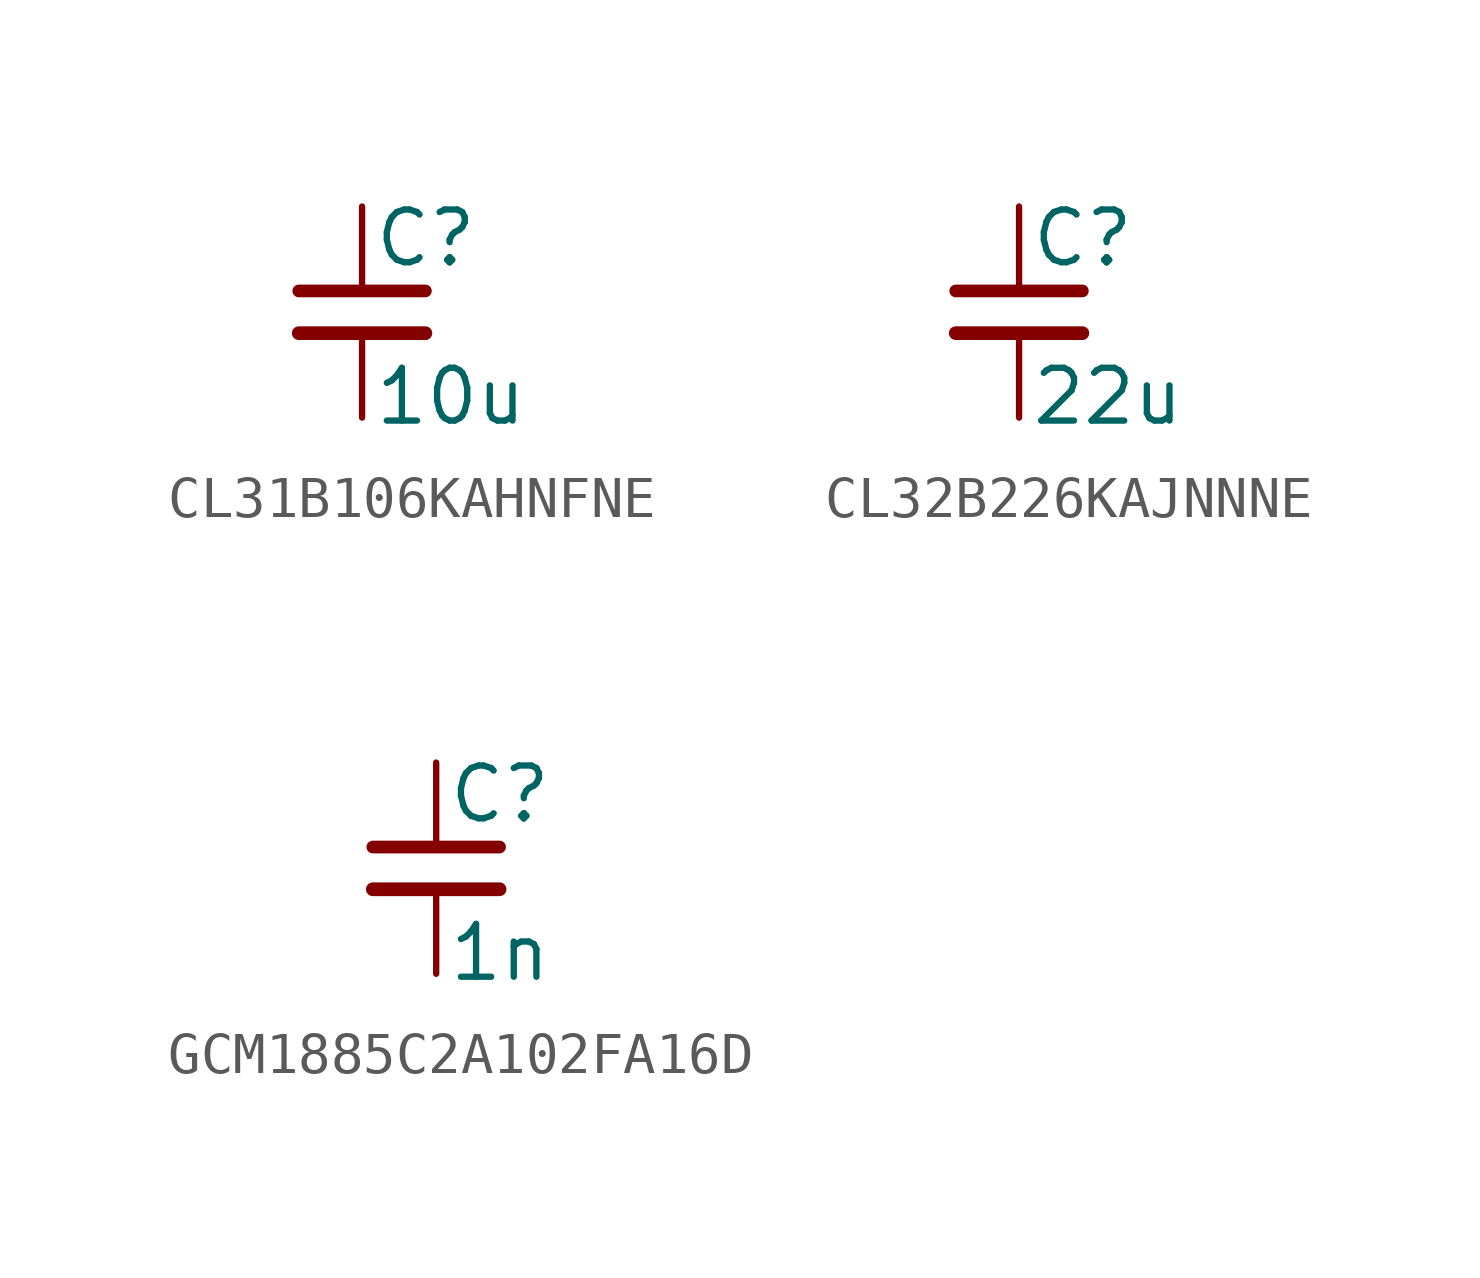
<source format=kicad_sym>
(kicad_symbol_lib
  (version 20220914)
  (generator kicad_symbol_editor)
  (symbol "CL31B106KAHNFNE"
    (pin_numbers hide)
    (pin_names
      (offset 0.254) hide)
    (property "Reference" "C"
      (at 0.254 1.778 0)
      (effects (font (size 1.27 1.27)) (justify left)))
    (property "Value" "10u"
      (at 0.254 -2.032 0)
      (effects (font (size 1.27 1.27)) (justify left)))
    (symbol "CL31B106KAHNFNE_0_1"
      (polyline (pts (xy -1.524 -0.508) (xy 1.524 -0.508)) (stroke (width 0.33) (type default)) (fill (type none)))
      (polyline (pts (xy -1.524 0.508) (xy 1.524 0.508)) (stroke (width 0.305) (type default)) (fill (type none))))
    (symbol "CL31B106KAHNFNE_1_1"
      (pin passive line (at 0 2.54 270) (length 2.032) (name "~" (effects (font (size 1.27 1.27)))) (number "1" (effects (font (size 1.27 1.27)))))
      (pin passive line (at 0 -2.54 90) (length 2.032) (name "~" (effects (font (size 1.27 1.27)))) (number "2" (effects (font (size 1.27 1.27)))))))
  (symbol "CL32B226KAJNNNE"
    (pin_numbers hide)
    (pin_names
      (offset 0.254) hide)
    (property "Reference" "C"
      (at 0.254 1.778 0)
      (effects (font (size 1.27 1.27)) (justify left)))
    (property "Value" "22u"
      (at 0.254 -2.032 0)
      (effects (font (size 1.27 1.27)) (justify left)))
    (symbol "CL32B226KAJNNNE_0_1"
      (polyline (pts (xy -1.524 -0.508) (xy 1.524 -0.508)) (stroke (width 0.33) (type default)) (fill (type none)))
      (polyline (pts (xy -1.524 0.508) (xy 1.524 0.508)) (stroke (width 0.305) (type default)) (fill (type none))))
    (symbol "CL32B226KAJNNNE_1_1"
      (pin passive line (at 0 2.54 270) (length 2.032) (name "~" (effects (font (size 1.27 1.27)))) (number "1" (effects (font (size 1.27 1.27)))))
      (pin passive line (at 0 -2.54 90) (length 2.032) (name "~" (effects (font (size 1.27 1.27)))) (number "2" (effects (font (size 1.27 1.27)))))))
  (symbol "GCM1885C2A102FA16D"
    (pin_numbers hide)
    (pin_names
      (offset 0.254) hide)
    (property "Reference" "C"
      (at 0.254 1.778 0)
      (effects (font (size 1.27 1.27)) (justify left)))
    (property "Value" "1n"
      (at 0.254 -2.032 0)
      (effects (font (size 1.27 1.27)) (justify left)))
    (symbol "GCM1885C2A102FA16D_0_1"
      (polyline (pts (xy -1.524 -0.508) (xy 1.524 -0.508)) (stroke (width 0.33) (type default)) (fill (type none)))
      (polyline (pts (xy -1.524 0.508) (xy 1.524 0.508)) (stroke (width 0.305) (type default)) (fill (type none))))
    (symbol "GCM1885C2A102FA16D_1_1"
      (pin passive line (at 0 2.54 270) (length 2.032) (name "~" (effects (font (size 1.27 1.27)))) (number "1" (effects (font (size 1.27 1.27)))))
      (pin passive line (at 0 -2.54 90) (length 2.032) (name "~" (effects (font (size 1.27 1.27)))) (number "2" (effects (font (size 1.27 1.27))))))))
</source>
